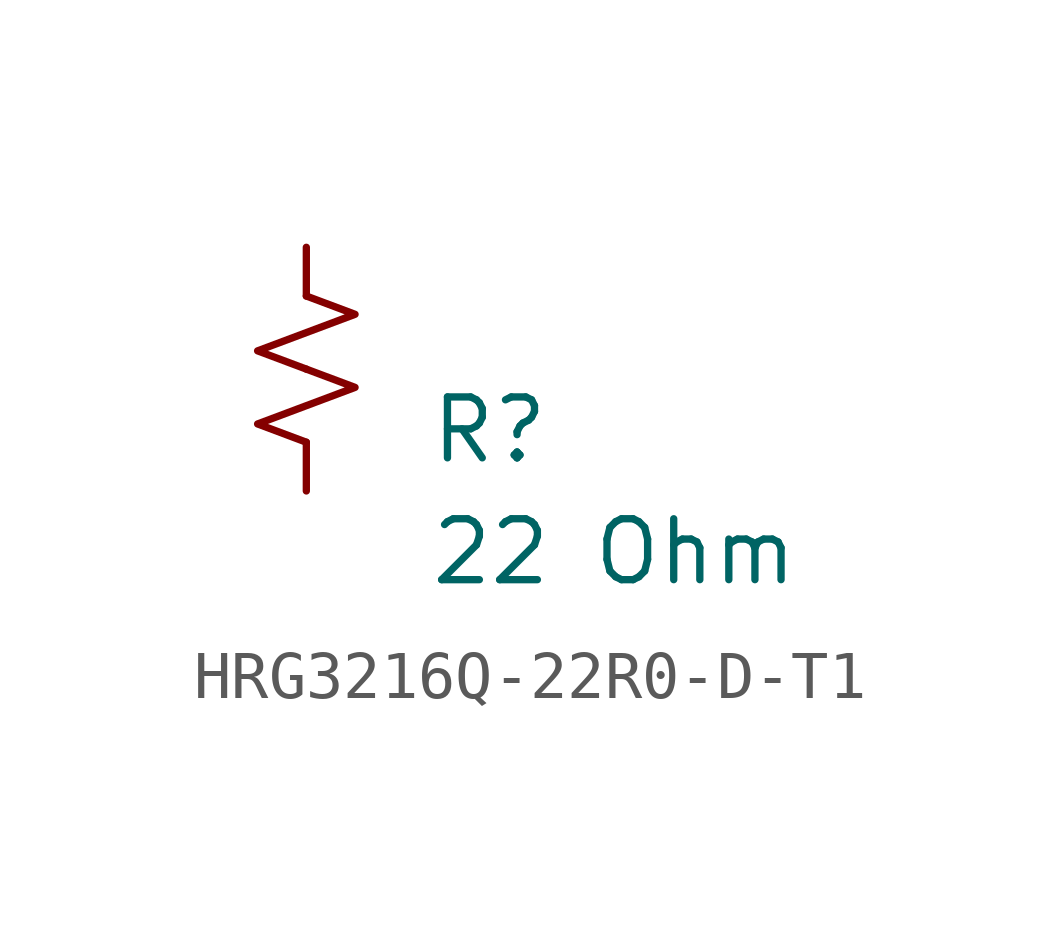
<source format=kicad_sym>
(kicad_symbol_lib
  (version 20210619)
  (generator kicad_symbol_editor)
  (symbol "HRG3216Q-22R0-D-T1"
    (pin_numbers hide)
    (pin_names
      (offset 0.254) hide)
    (property "Reference" "R"
      (at 2.54 -1.27 0)
      (effects (font (size 1.27 1.27)) (justify left)))
    (property "value" "22 Ohm"
      (at 2.54 -3.81 0)
      (effects (font (size 1.27 1.27)) (justify left)))
    (symbol "HRG3216Q-22R0-D-T1_1_1"
      (polyline (pts (xy 0 0) (xy 1.016 -0.381) (xy 0 -0.762) (xy -1.016 -1.143) (xy 0 -1.524)) (stroke (width 0)) (fill (type none)))
      (polyline (pts (xy 0 1.524) (xy 1.016 1.143) (xy 0 0.762) (xy -1.016 0.381) (xy 0 0)) (stroke (width 0)) (fill (type none)))
      (pin passive line (at 0 2.54 270) (length 1.016) (name "~" (effects (font (size 1.27 1.27)))) (number "1" (effects (font (size 1.27 1.27)))))
      (pin passive line (at 0 -2.54 90) (length 1.016) (name "~" (effects (font (size 1.27 1.27)))) (number "2" (effects (font (size 1.27 1.27))))))))
</source>
